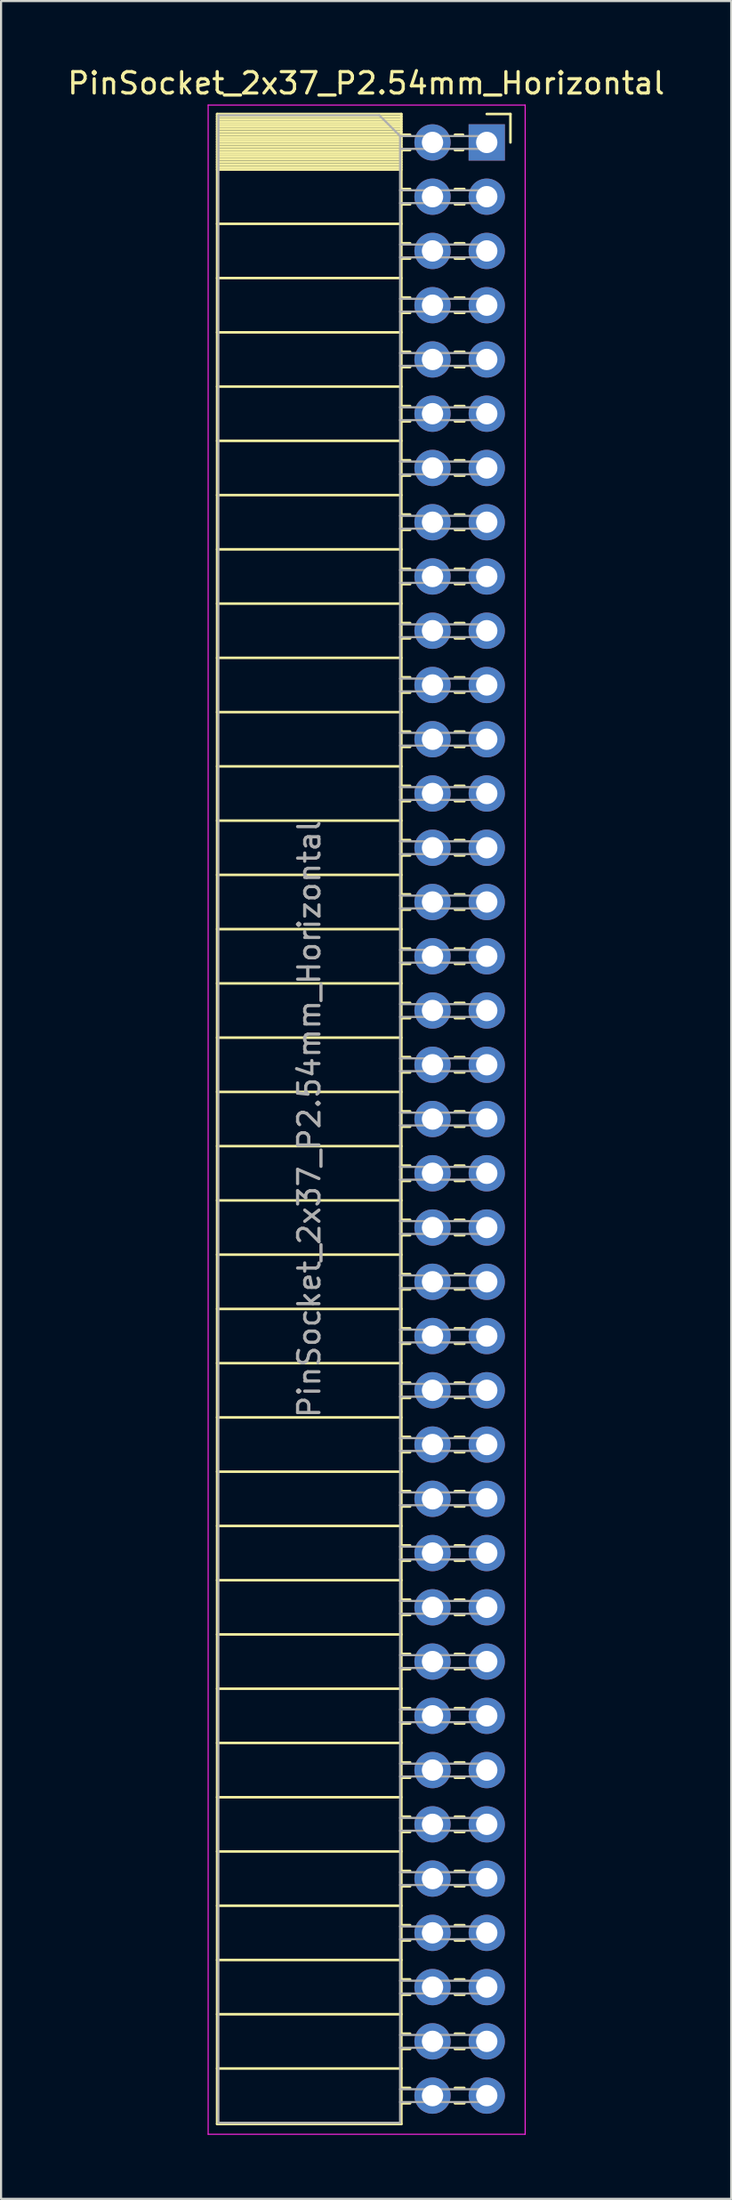
<source format=kicad_pcb>
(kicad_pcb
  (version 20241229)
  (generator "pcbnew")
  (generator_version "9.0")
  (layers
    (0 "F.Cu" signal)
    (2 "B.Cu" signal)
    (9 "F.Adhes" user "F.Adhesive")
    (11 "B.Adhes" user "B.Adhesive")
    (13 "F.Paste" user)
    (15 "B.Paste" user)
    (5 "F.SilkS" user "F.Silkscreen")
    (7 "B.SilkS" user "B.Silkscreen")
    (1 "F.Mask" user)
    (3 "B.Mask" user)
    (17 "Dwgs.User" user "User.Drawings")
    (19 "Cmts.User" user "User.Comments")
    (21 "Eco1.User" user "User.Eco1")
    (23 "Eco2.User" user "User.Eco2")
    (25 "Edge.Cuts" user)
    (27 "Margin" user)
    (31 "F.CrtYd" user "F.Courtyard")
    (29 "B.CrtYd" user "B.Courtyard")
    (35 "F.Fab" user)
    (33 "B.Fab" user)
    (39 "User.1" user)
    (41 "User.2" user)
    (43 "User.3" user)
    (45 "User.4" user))
  (footprint "PinSocket_2x37_P2.54mm_Horizontal"
    (layer "F.Cu")
    (at 19.751 3.618)
    (property "Reference" "PinSocket_2x37_P2.54mm_Horizontal" (at -5.65 -2.77 0) (layer "F.SilkS") (effects (font (size 1 1) (thickness 0.15))))
    (attr through_hole)
    (fp_line (start -12.63 -1.33) (end -12.63 92.77) (stroke (width 0.12) (type solid)) (layer "F.SilkS"))
    (fp_line (start -12.63 -1.33) (end -4 -1.33) (stroke (width 0.12) (type solid)) (layer "F.SilkS"))
    (fp_line (start -12.63 -1.21) (end -4 -1.21) (stroke (width 0.12) (type solid)) (layer "F.SilkS"))
    (fp_line (start -12.63 -1.092) (end -4 -1.092) (stroke (width 0.12) (type solid)) (layer "F.SilkS"))
    (fp_line (start -12.63 -0.974) (end -4 -0.974) (stroke (width 0.12) (type solid)) (layer "F.SilkS"))
    (fp_line (start -12.63 -0.856) (end -4 -0.856) (stroke (width 0.12) (type solid)) (layer "F.SilkS"))
    (fp_line (start -12.63 -0.738) (end -4 -0.738) (stroke (width 0.12) (type solid)) (layer "F.SilkS"))
    (fp_line (start -12.63 -0.62) (end -4 -0.62) (stroke (width 0.12) (type solid)) (layer "F.SilkS"))
    (fp_line (start -12.63 -0.501) (end -4 -0.501) (stroke (width 0.12) (type solid)) (layer "F.SilkS"))
    (fp_line (start -12.63 -0.383) (end -4 -0.383) (stroke (width 0.12) (type solid)) (layer "F.SilkS"))
    (fp_line (start -12.63 -0.265) (end -4 -0.265) (stroke (width 0.12) (type solid)) (layer "F.SilkS"))
    (fp_line (start -12.63 -0.147) (end -4 -0.147) (stroke (width 0.12) (type solid)) (layer "F.SilkS"))
    (fp_line (start -12.63 -0.029) (end -4 -0.029) (stroke (width 0.12) (type solid)) (layer "F.SilkS"))
    (fp_line (start -12.63 0.089) (end -4 0.089) (stroke (width 0.12) (type solid)) (layer "F.SilkS"))
    (fp_line (start -12.63 0.207) (end -4 0.207) (stroke (width 0.12) (type solid)) (layer "F.SilkS"))
    (fp_line (start -12.63 0.325) (end -4 0.325) (stroke (width 0.12) (type solid)) (layer "F.SilkS"))
    (fp_line (start -12.63 0.443) (end -4 0.443) (stroke (width 0.12) (type solid)) (layer "F.SilkS"))
    (fp_line (start -12.63 0.561) (end -4 0.561) (stroke (width 0.12) (type solid)) (layer "F.SilkS"))
    (fp_line (start -12.63 0.68) (end -4 0.68) (stroke (width 0.12) (type solid)) (layer "F.SilkS"))
    (fp_line (start -12.63 0.798) (end -4 0.798) (stroke (width 0.12) (type solid)) (layer "F.SilkS"))
    (fp_line (start -12.63 0.916) (end -4 0.916) (stroke (width 0.12) (type solid)) (layer "F.SilkS"))
    (fp_line (start -12.63 1.034) (end -4 1.034) (stroke (width 0.12) (type solid)) (layer "F.SilkS"))
    (fp_line (start -12.63 1.152) (end -4 1.152) (stroke (width 0.12) (type solid)) (layer "F.SilkS"))
    (fp_line (start -12.63 1.27) (end -4 1.27) (stroke (width 0.12) (type solid)) (layer "F.SilkS"))
    (fp_line (start -12.63 3.81) (end -4 3.81) (stroke (width 0.12) (type solid)) (layer "F.SilkS"))
    (fp_line (start -12.63 6.35) (end -4 6.35) (stroke (width 0.12) (type solid)) (layer "F.SilkS"))
    (fp_line (start -12.63 8.89) (end -4 8.89) (stroke (width 0.12) (type solid)) (layer "F.SilkS"))
    (fp_line (start -12.63 11.43) (end -4 11.43) (stroke (width 0.12) (type solid)) (layer "F.SilkS"))
    (fp_line (start -12.63 13.97) (end -4 13.97) (stroke (width 0.12) (type solid)) (layer "F.SilkS"))
    (fp_line (start -12.63 16.51) (end -4 16.51) (stroke (width 0.12) (type solid)) (layer "F.SilkS"))
    (fp_line (start -12.63 19.05) (end -4 19.05) (stroke (width 0.12) (type solid)) (layer "F.SilkS"))
    (fp_line (start -12.63 21.59) (end -4 21.59) (stroke (width 0.12) (type solid)) (layer "F.SilkS"))
    (fp_line (start -12.63 24.13) (end -4 24.13) (stroke (width 0.12) (type solid)) (layer "F.SilkS"))
    (fp_line (start -12.63 26.67) (end -4 26.67) (stroke (width 0.12) (type solid)) (layer "F.SilkS"))
    (fp_line (start -12.63 29.21) (end -4 29.21) (stroke (width 0.12) (type solid)) (layer "F.SilkS"))
    (fp_line (start -12.63 31.75) (end -4 31.75) (stroke (width 0.12) (type solid)) (layer "F.SilkS"))
    (fp_line (start -12.63 34.29) (end -4 34.29) (stroke (width 0.12) (type solid)) (layer "F.SilkS"))
    (fp_line (start -12.63 36.83) (end -4 36.83) (stroke (width 0.12) (type solid)) (layer "F.SilkS"))
    (fp_line (start -12.63 39.37) (end -4 39.37) (stroke (width 0.12) (type solid)) (layer "F.SilkS"))
    (fp_line (start -12.63 41.91) (end -4 41.91) (stroke (width 0.12) (type solid)) (layer "F.SilkS"))
    (fp_line (start -12.63 44.45) (end -4 44.45) (stroke (width 0.12) (type solid)) (layer "F.SilkS"))
    (fp_line (start -12.63 46.99) (end -4 46.99) (stroke (width 0.12) (type solid)) (layer "F.SilkS"))
    (fp_line (start -12.63 49.53) (end -4 49.53) (stroke (width 0.12) (type solid)) (layer "F.SilkS"))
    (fp_line (start -12.63 52.07) (end -4 52.07) (stroke (width 0.12) (type solid)) (layer "F.SilkS"))
    (fp_line (start -12.63 54.61) (end -4 54.61) (stroke (width 0.12) (type solid)) (layer "F.SilkS"))
    (fp_line (start -12.63 57.15) (end -4 57.15) (stroke (width 0.12) (type solid)) (layer "F.SilkS"))
    (fp_line (start -12.63 59.69) (end -4 59.69) (stroke (width 0.12) (type solid)) (layer "F.SilkS"))
    (fp_line (start -12.63 62.23) (end -4 62.23) (stroke (width 0.12) (type solid)) (layer "F.SilkS"))
    (fp_line (start -12.63 64.77) (end -4 64.77) (stroke (width 0.12) (type solid)) (layer "F.SilkS"))
    (fp_line (start -12.63 67.31) (end -4 67.31) (stroke (width 0.12) (type solid)) (layer "F.SilkS"))
    (fp_line (start -12.63 69.85) (end -4 69.85) (stroke (width 0.12) (type solid)) (layer "F.SilkS"))
    (fp_line (start -12.63 72.39) (end -4 72.39) (stroke (width 0.12) (type solid)) (layer "F.SilkS"))
    (fp_line (start -12.63 74.93) (end -4 74.93) (stroke (width 0.12) (type solid)) (layer "F.SilkS"))
    (fp_line (start -12.63 77.47) (end -4 77.47) (stroke (width 0.12) (type solid)) (layer "F.SilkS"))
    (fp_line (start -12.63 80.01) (end -4 80.01) (stroke (width 0.12) (type solid)) (layer "F.SilkS"))
    (fp_line (start -12.63 82.55) (end -4 82.55) (stroke (width 0.12) (type solid)) (layer "F.SilkS"))
    (fp_line (start -12.63 85.09) (end -4 85.09) (stroke (width 0.12) (type solid)) (layer "F.SilkS"))
    (fp_line (start -12.63 87.63) (end -4 87.63) (stroke (width 0.12) (type solid)) (layer "F.SilkS"))
    (fp_line (start -12.63 90.17) (end -4 90.17) (stroke (width 0.12) (type solid)) (layer "F.SilkS"))
    (fp_line (start -12.63 92.77) (end -4 92.77) (stroke (width 0.12) (type solid)) (layer "F.SilkS"))
    (fp_line (start -4 -1.33) (end -4 92.77) (stroke (width 0.12) (type solid)) (layer "F.SilkS"))
    (fp_line (start -4 -0.36) (end -3.59 -0.36) (stroke (width 0.12) (type solid)) (layer "F.SilkS"))
    (fp_line (start -4 0.36) (end -3.59 0.36) (stroke (width 0.12) (type solid)) (layer "F.SilkS"))
    (fp_line (start -4 2.18) (end -3.59 2.18) (stroke (width 0.12) (type solid)) (layer "F.SilkS"))
    (fp_line (start -4 2.9) (end -3.59 2.9) (stroke (width 0.12) (type solid)) (layer "F.SilkS"))
    (fp_line (start -4 4.72) (end -3.59 4.72) (stroke (width 0.12) (type solid)) (layer "F.SilkS"))
    (fp_line (start -4 5.44) (end -3.59 5.44) (stroke (width 0.12) (type solid)) (layer "F.SilkS"))
    (fp_line (start -4 7.26) (end -3.59 7.26) (stroke (width 0.12) (type solid)) (layer "F.SilkS"))
    (fp_line (start -4 7.98) (end -3.59 7.98) (stroke (width 0.12) (type solid)) (layer "F.SilkS"))
    (fp_line (start -4 9.8) (end -3.59 9.8) (stroke (width 0.12) (type solid)) (layer "F.SilkS"))
    (fp_line (start -4 10.52) (end -3.59 10.52) (stroke (width 0.12) (type solid)) (layer "F.SilkS"))
    (fp_line (start -4 12.34) (end -3.59 12.34) (stroke (width 0.12) (type solid)) (layer "F.SilkS"))
    (fp_line (start -4 13.06) (end -3.59 13.06) (stroke (width 0.12) (type solid)) (layer "F.SilkS"))
    (fp_line (start -4 14.88) (end -3.59 14.88) (stroke (width 0.12) (type solid)) (layer "F.SilkS"))
    (fp_line (start -4 15.6) (end -3.59 15.6) (stroke (width 0.12) (type solid)) (layer "F.SilkS"))
    (fp_line (start -4 17.42) (end -3.59 17.42) (stroke (width 0.12) (type solid)) (layer "F.SilkS"))
    (fp_line (start -4 18.14) (end -3.59 18.14) (stroke (width 0.12) (type solid)) (layer "F.SilkS"))
    (fp_line (start -4 19.96) (end -3.59 19.96) (stroke (width 0.12) (type solid)) (layer "F.SilkS"))
    (fp_line (start -4 20.68) (end -3.59 20.68) (stroke (width 0.12) (type solid)) (layer "F.SilkS"))
    (fp_line (start -4 22.5) (end -3.59 22.5) (stroke (width 0.12) (type solid)) (layer "F.SilkS"))
    (fp_line (start -4 23.22) (end -3.59 23.22) (stroke (width 0.12) (type solid)) (layer "F.SilkS"))
    (fp_line (start -4 25.04) (end -3.59 25.04) (stroke (width 0.12) (type solid)) (layer "F.SilkS"))
    (fp_line (start -4 25.76) (end -3.59 25.76) (stroke (width 0.12) (type solid)) (layer "F.SilkS"))
    (fp_line (start -4 27.58) (end -3.59 27.58) (stroke (width 0.12) (type solid)) (layer "F.SilkS"))
    (fp_line (start -4 28.3) (end -3.59 28.3) (stroke (width 0.12) (type solid)) (layer "F.SilkS"))
    (fp_line (start -4 30.12) (end -3.59 30.12) (stroke (width 0.12) (type solid)) (layer "F.SilkS"))
    (fp_line (start -4 30.84) (end -3.59 30.84) (stroke (width 0.12) (type solid)) (layer "F.SilkS"))
    (fp_line (start -4 32.66) (end -3.59 32.66) (stroke (width 0.12) (type solid)) (layer "F.SilkS"))
    (fp_line (start -4 33.38) (end -3.59 33.38) (stroke (width 0.12) (type solid)) (layer "F.SilkS"))
    (fp_line (start -4 35.2) (end -3.59 35.2) (stroke (width 0.12) (type solid)) (layer "F.SilkS"))
    (fp_line (start -4 35.92) (end -3.59 35.92) (stroke (width 0.12) (type solid)) (layer "F.SilkS"))
    (fp_line (start -4 37.74) (end -3.59 37.74) (stroke (width 0.12) (type solid)) (layer "F.SilkS"))
    (fp_line (start -4 38.46) (end -3.59 38.46) (stroke (width 0.12) (type solid)) (layer "F.SilkS"))
    (fp_line (start -4 40.28) (end -3.59 40.28) (stroke (width 0.12) (type solid)) (layer "F.SilkS"))
    (fp_line (start -4 41) (end -3.59 41) (stroke (width 0.12) (type solid)) (layer "F.SilkS"))
    (fp_line (start -4 42.82) (end -3.59 42.82) (stroke (width 0.12) (type solid)) (layer "F.SilkS"))
    (fp_line (start -4 43.54) (end -3.59 43.54) (stroke (width 0.12) (type solid)) (layer "F.SilkS"))
    (fp_line (start -4 45.36) (end -3.59 45.36) (stroke (width 0.12) (type solid)) (layer "F.SilkS"))
    (fp_line (start -4 46.08) (end -3.59 46.08) (stroke (width 0.12) (type solid)) (layer "F.SilkS"))
    (fp_line (start -4 47.9) (end -3.59 47.9) (stroke (width 0.12) (type solid)) (layer "F.SilkS"))
    (fp_line (start -4 48.62) (end -3.59 48.62) (stroke (width 0.12) (type solid)) (layer "F.SilkS"))
    (fp_line (start -4 50.44) (end -3.59 50.44) (stroke (width 0.12) (type solid)) (layer "F.SilkS"))
    (fp_line (start -4 51.16) (end -3.59 51.16) (stroke (width 0.12) (type solid)) (layer "F.SilkS"))
    (fp_line (start -4 52.98) (end -3.59 52.98) (stroke (width 0.12) (type solid)) (layer "F.SilkS"))
    (fp_line (start -4 53.7) (end -3.59 53.7) (stroke (width 0.12) (type solid)) (layer "F.SilkS"))
    (fp_line (start -4 55.52) (end -3.59 55.52) (stroke (width 0.12) (type solid)) (layer "F.SilkS"))
    (fp_line (start -4 56.24) (end -3.59 56.24) (stroke (width 0.12) (type solid)) (layer "F.SilkS"))
    (fp_line (start -4 58.06) (end -3.59 58.06) (stroke (width 0.12) (type solid)) (layer "F.SilkS"))
    (fp_line (start -4 58.78) (end -3.59 58.78) (stroke (width 0.12) (type solid)) (layer "F.SilkS"))
    (fp_line (start -4 60.6) (end -3.59 60.6) (stroke (width 0.12) (type solid)) (layer "F.SilkS"))
    (fp_line (start -4 61.32) (end -3.59 61.32) (stroke (width 0.12) (type solid)) (layer "F.SilkS"))
    (fp_line (start -4 63.14) (end -3.59 63.14) (stroke (width 0.12) (type solid)) (layer "F.SilkS"))
    (fp_line (start -4 63.86) (end -3.59 63.86) (stroke (width 0.12) (type solid)) (layer "F.SilkS"))
    (fp_line (start -4 65.68) (end -3.59 65.68) (stroke (width 0.12) (type solid)) (layer "F.SilkS"))
    (fp_line (start -4 66.4) (end -3.59 66.4) (stroke (width 0.12) (type solid)) (layer "F.SilkS"))
    (fp_line (start -4 68.22) (end -3.59 68.22) (stroke (width 0.12) (type solid)) (layer "F.SilkS"))
    (fp_line (start -4 68.94) (end -3.59 68.94) (stroke (width 0.12) (type solid)) (layer "F.SilkS"))
    (fp_line (start -4 70.76) (end -3.59 70.76) (stroke (width 0.12) (type solid)) (layer "F.SilkS"))
    (fp_line (start -4 71.48) (end -3.59 71.48) (stroke (width 0.12) (type solid)) (layer "F.SilkS"))
    (fp_line (start -4 73.3) (end -3.59 73.3) (stroke (width 0.12) (type solid)) (layer "F.SilkS"))
    (fp_line (start -4 74.02) (end -3.59 74.02) (stroke (width 0.12) (type solid)) (layer "F.SilkS"))
    (fp_line (start -4 75.84) (end -3.59 75.84) (stroke (width 0.12) (type solid)) (layer "F.SilkS"))
    (fp_line (start -4 76.56) (end -3.59 76.56) (stroke (width 0.12) (type solid)) (layer "F.SilkS"))
    (fp_line (start -4 78.38) (end -3.59 78.38) (stroke (width 0.12) (type solid)) (layer "F.SilkS"))
    (fp_line (start -4 79.1) (end -3.59 79.1) (stroke (width 0.12) (type solid)) (layer "F.SilkS"))
    (fp_line (start -4 80.92) (end -3.59 80.92) (stroke (width 0.12) (type solid)) (layer "F.SilkS"))
    (fp_line (start -4 81.64) (end -3.59 81.64) (stroke (width 0.12) (type solid)) (layer "F.SilkS"))
    (fp_line (start -4 83.46) (end -3.59 83.46) (stroke (width 0.12) (type solid)) (layer "F.SilkS"))
    (fp_line (start -4 84.18) (end -3.59 84.18) (stroke (width 0.12) (type solid)) (layer "F.SilkS"))
    (fp_line (start -4 86) (end -3.59 86) (stroke (width 0.12) (type solid)) (layer "F.SilkS"))
    (fp_line (start -4 86.72) (end -3.59 86.72) (stroke (width 0.12) (type solid)) (layer "F.SilkS"))
    (fp_line (start -4 88.54) (end -3.59 88.54) (stroke (width 0.12) (type solid)) (layer "F.SilkS"))
    (fp_line (start -4 89.26) (end -3.59 89.26) (stroke (width 0.12) (type solid)) (layer "F.SilkS"))
    (fp_line (start -4 91.08) (end -3.59 91.08) (stroke (width 0.12) (type solid)) (layer "F.SilkS"))
    (fp_line (start -4 91.8) (end -3.59 91.8) (stroke (width 0.12) (type solid)) (layer "F.SilkS"))
    (fp_line (start -1.49 -0.36) (end -1.11 -0.36) (stroke (width 0.12) (type solid)) (layer "F.SilkS"))
    (fp_line (start -1.49 0.36) (end -1.11 0.36) (stroke (width 0.12) (type solid)) (layer "F.SilkS"))
    (fp_line (start -1.49 2.18) (end -1.05 2.18) (stroke (width 0.12) (type solid)) (layer "F.SilkS"))
    (fp_line (start -1.49 2.9) (end -1.05 2.9) (stroke (width 0.12) (type solid)) (layer "F.SilkS"))
    (fp_line (start -1.49 4.72) (end -1.05 4.72) (stroke (width 0.12) (type solid)) (layer "F.SilkS"))
    (fp_line (start -1.49 5.44) (end -1.05 5.44) (stroke (width 0.12) (type solid)) (layer "F.SilkS"))
    (fp_line (start -1.49 7.26) (end -1.05 7.26) (stroke (width 0.12) (type solid)) (layer "F.SilkS"))
    (fp_line (start -1.49 7.98) (end -1.05 7.98) (stroke (width 0.12) (type solid)) (layer "F.SilkS"))
    (fp_line (start -1.49 9.8) (end -1.05 9.8) (stroke (width 0.12) (type solid)) (layer "F.SilkS"))
    (fp_line (start -1.49 10.52) (end -1.05 10.52) (stroke (width 0.12) (type solid)) (layer "F.SilkS"))
    (fp_line (start -1.49 12.34) (end -1.05 12.34) (stroke (width 0.12) (type solid)) (layer "F.SilkS"))
    (fp_line (start -1.49 13.06) (end -1.05 13.06) (stroke (width 0.12) (type solid)) (layer "F.SilkS"))
    (fp_line (start -1.49 14.88) (end -1.05 14.88) (stroke (width 0.12) (type solid)) (layer "F.SilkS"))
    (fp_line (start -1.49 15.6) (end -1.05 15.6) (stroke (width 0.12) (type solid)) (layer "F.SilkS"))
    (fp_line (start -1.49 17.42) (end -1.05 17.42) (stroke (width 0.12) (type solid)) (layer "F.SilkS"))
    (fp_line (start -1.49 18.14) (end -1.05 18.14) (stroke (width 0.12) (type solid)) (layer "F.SilkS"))
    (fp_line (start -1.49 19.96) (end -1.05 19.96) (stroke (width 0.12) (type solid)) (layer "F.SilkS"))
    (fp_line (start -1.49 20.68) (end -1.05 20.68) (stroke (width 0.12) (type solid)) (layer "F.SilkS"))
    (fp_line (start -1.49 22.5) (end -1.05 22.5) (stroke (width 0.12) (type solid)) (layer "F.SilkS"))
    (fp_line (start -1.49 23.22) (end -1.05 23.22) (stroke (width 0.12) (type solid)) (layer "F.SilkS"))
    (fp_line (start -1.49 25.04) (end -1.05 25.04) (stroke (width 0.12) (type solid)) (layer "F.SilkS"))
    (fp_line (start -1.49 25.76) (end -1.05 25.76) (stroke (width 0.12) (type solid)) (layer "F.SilkS"))
    (fp_line (start -1.49 27.58) (end -1.05 27.58) (stroke (width 0.12) (type solid)) (layer "F.SilkS"))
    (fp_line (start -1.49 28.3) (end -1.05 28.3) (stroke (width 0.12) (type solid)) (layer "F.SilkS"))
    (fp_line (start -1.49 30.12) (end -1.05 30.12) (stroke (width 0.12) (type solid)) (layer "F.SilkS"))
    (fp_line (start -1.49 30.84) (end -1.05 30.84) (stroke (width 0.12) (type solid)) (layer "F.SilkS"))
    (fp_line (start -1.49 32.66) (end -1.05 32.66) (stroke (width 0.12) (type solid)) (layer "F.SilkS"))
    (fp_line (start -1.49 33.38) (end -1.05 33.38) (stroke (width 0.12) (type solid)) (layer "F.SilkS"))
    (fp_line (start -1.49 35.2) (end -1.05 35.2) (stroke (width 0.12) (type solid)) (layer "F.SilkS"))
    (fp_line (start -1.49 35.92) (end -1.05 35.92) (stroke (width 0.12) (type solid)) (layer "F.SilkS"))
    (fp_line (start -1.49 37.74) (end -1.05 37.74) (stroke (width 0.12) (type solid)) (layer "F.SilkS"))
    (fp_line (start -1.49 38.46) (end -1.05 38.46) (stroke (width 0.12) (type solid)) (layer "F.SilkS"))
    (fp_line (start -1.49 40.28) (end -1.05 40.28) (stroke (width 0.12) (type solid)) (layer "F.SilkS"))
    (fp_line (start -1.49 41) (end -1.05 41) (stroke (width 0.12) (type solid)) (layer "F.SilkS"))
    (fp_line (start -1.49 42.82) (end -1.05 42.82) (stroke (width 0.12) (type solid)) (layer "F.SilkS"))
    (fp_line (start -1.49 43.54) (end -1.05 43.54) (stroke (width 0.12) (type solid)) (layer "F.SilkS"))
    (fp_line (start -1.49 45.36) (end -1.05 45.36) (stroke (width 0.12) (type solid)) (layer "F.SilkS"))
    (fp_line (start -1.49 46.08) (end -1.05 46.08) (stroke (width 0.12) (type solid)) (layer "F.SilkS"))
    (fp_line (start -1.49 47.9) (end -1.05 47.9) (stroke (width 0.12) (type solid)) (layer "F.SilkS"))
    (fp_line (start -1.49 48.62) (end -1.05 48.62) (stroke (width 0.12) (type solid)) (layer "F.SilkS"))
    (fp_line (start -1.49 50.44) (end -1.05 50.44) (stroke (width 0.12) (type solid)) (layer "F.SilkS"))
    (fp_line (start -1.49 51.16) (end -1.05 51.16) (stroke (width 0.12) (type solid)) (layer "F.SilkS"))
    (fp_line (start -1.49 52.98) (end -1.05 52.98) (stroke (width 0.12) (type solid)) (layer "F.SilkS"))
    (fp_line (start -1.49 53.7) (end -1.05 53.7) (stroke (width 0.12) (type solid)) (layer "F.SilkS"))
    (fp_line (start -1.49 55.52) (end -1.05 55.52) (stroke (width 0.12) (type solid)) (layer "F.SilkS"))
    (fp_line (start -1.49 56.24) (end -1.05 56.24) (stroke (width 0.12) (type solid)) (layer "F.SilkS"))
    (fp_line (start -1.49 58.06) (end -1.05 58.06) (stroke (width 0.12) (type solid)) (layer "F.SilkS"))
    (fp_line (start -1.49 58.78) (end -1.05 58.78) (stroke (width 0.12) (type solid)) (layer "F.SilkS"))
    (fp_line (start -1.49 60.6) (end -1.05 60.6) (stroke (width 0.12) (type solid)) (layer "F.SilkS"))
    (fp_line (start -1.49 61.32) (end -1.05 61.32) (stroke (width 0.12) (type solid)) (layer "F.SilkS"))
    (fp_line (start -1.49 63.14) (end -1.05 63.14) (stroke (width 0.12) (type solid)) (layer "F.SilkS"))
    (fp_line (start -1.49 63.86) (end -1.05 63.86) (stroke (width 0.12) (type solid)) (layer "F.SilkS"))
    (fp_line (start -1.49 65.68) (end -1.05 65.68) (stroke (width 0.12) (type solid)) (layer "F.SilkS"))
    (fp_line (start -1.49 66.4) (end -1.05 66.4) (stroke (width 0.12) (type solid)) (layer "F.SilkS"))
    (fp_line (start -1.49 68.22) (end -1.05 68.22) (stroke (width 0.12) (type solid)) (layer "F.SilkS"))
    (fp_line (start -1.49 68.94) (end -1.05 68.94) (stroke (width 0.12) (type solid)) (layer "F.SilkS"))
    (fp_line (start -1.49 70.76) (end -1.05 70.76) (stroke (width 0.12) (type solid)) (layer "F.SilkS"))
    (fp_line (start -1.49 71.48) (end -1.05 71.48) (stroke (width 0.12) (type solid)) (layer "F.SilkS"))
    (fp_line (start -1.49 73.3) (end -1.05 73.3) (stroke (width 0.12) (type solid)) (layer "F.SilkS"))
    (fp_line (start -1.49 74.02) (end -1.05 74.02) (stroke (width 0.12) (type solid)) (layer "F.SilkS"))
    (fp_line (start -1.49 75.84) (end -1.05 75.84) (stroke (width 0.12) (type solid)) (layer "F.SilkS"))
    (fp_line (start -1.49 76.56) (end -1.05 76.56) (stroke (width 0.12) (type solid)) (layer "F.SilkS"))
    (fp_line (start -1.49 78.38) (end -1.05 78.38) (stroke (width 0.12) (type solid)) (layer "F.SilkS"))
    (fp_line (start -1.49 79.1) (end -1.05 79.1) (stroke (width 0.12) (type solid)) (layer "F.SilkS"))
    (fp_line (start -1.49 80.92) (end -1.05 80.92) (stroke (width 0.12) (type solid)) (layer "F.SilkS"))
    (fp_line (start -1.49 81.64) (end -1.05 81.64) (stroke (width 0.12) (type solid)) (layer "F.SilkS"))
    (fp_line (start -1.49 83.46) (end -1.05 83.46) (stroke (width 0.12) (type solid)) (layer "F.SilkS"))
    (fp_line (start -1.49 84.18) (end -1.05 84.18) (stroke (width 0.12) (type solid)) (layer "F.SilkS"))
    (fp_line (start -1.49 86) (end -1.05 86) (stroke (width 0.12) (type solid)) (layer "F.SilkS"))
    (fp_line (start -1.49 86.72) (end -1.05 86.72) (stroke (width 0.12) (type solid)) (layer "F.SilkS"))
    (fp_line (start -1.49 88.54) (end -1.05 88.54) (stroke (width 0.12) (type solid)) (layer "F.SilkS"))
    (fp_line (start -1.49 89.26) (end -1.05 89.26) (stroke (width 0.12) (type solid)) (layer "F.SilkS"))
    (fp_line (start -1.49 91.08) (end -1.05 91.08) (stroke (width 0.12) (type solid)) (layer "F.SilkS"))
    (fp_line (start -1.49 91.8) (end -1.05 91.8) (stroke (width 0.12) (type solid)) (layer "F.SilkS"))
    (fp_line (start 0 -1.33) (end 1.11 -1.33) (stroke (width 0.12) (type solid)) (layer "F.SilkS"))
    (fp_line (start 1.11 -1.33) (end 1.11 0) (stroke (width 0.12) (type solid)) (layer "F.SilkS"))
    (fp_line (start -13.05 -1.75) (end -13.05 93.25) (stroke (width 0.05) (type solid)) (layer "F.CrtYd"))
    (fp_line (start -13.05 93.25) (end 1.8 93.25) (stroke (width 0.05) (type solid)) (layer "F.CrtYd"))
    (fp_line (start 1.8 -1.75) (end -13.05 -1.75) (stroke (width 0.05) (type solid)) (layer "F.CrtYd"))
    (fp_line (start 1.8 93.25) (end 1.8 -1.75) (stroke (width 0.05) (type solid)) (layer "F.CrtYd"))
    (fp_line (start -12.57 -1.27) (end -5.03 -1.27) (stroke (width 0.1) (type solid)) (layer "F.Fab"))
    (fp_line (start -12.57 92.71) (end -12.57 -1.27) (stroke (width 0.1) (type solid)) (layer "F.Fab"))
    (fp_line (start -5.03 -1.27) (end -4.06 -0.3) (stroke (width 0.1) (type solid)) (layer "F.Fab"))
    (fp_line (start -4.06 -0.3) (end -4.06 92.71) (stroke (width 0.1) (type solid)) (layer "F.Fab"))
    (fp_line (start -4.06 0.3) (end 0 0.3) (stroke (width 0.1) (type solid)) (layer "F.Fab"))
    (fp_line (start -4.06 2.84) (end 0 2.84) (stroke (width 0.1) (type solid)) (layer "F.Fab"))
    (fp_line (start -4.06 5.38) (end 0 5.38) (stroke (width 0.1) (type solid)) (layer "F.Fab"))
    (fp_line (start -4.06 7.92) (end 0 7.92) (stroke (width 0.1) (type solid)) (layer "F.Fab"))
    (fp_line (start -4.06 10.46) (end 0 10.46) (stroke (width 0.1) (type solid)) (layer "F.Fab"))
    (fp_line (start -4.06 13) (end 0 13) (stroke (width 0.1) (type solid)) (layer "F.Fab"))
    (fp_line (start -4.06 15.54) (end 0 15.54) (stroke (width 0.1) (type solid)) (layer "F.Fab"))
    (fp_line (start -4.06 18.08) (end 0 18.08) (stroke (width 0.1) (type solid)) (layer "F.Fab"))
    (fp_line (start -4.06 20.62) (end 0 20.62) (stroke (width 0.1) (type solid)) (layer "F.Fab"))
    (fp_line (start -4.06 23.16) (end 0 23.16) (stroke (width 0.1) (type solid)) (layer "F.Fab"))
    (fp_line (start -4.06 25.7) (end 0 25.7) (stroke (width 0.1) (type solid)) (layer "F.Fab"))
    (fp_line (start -4.06 28.24) (end 0 28.24) (stroke (width 0.1) (type solid)) (layer "F.Fab"))
    (fp_line (start -4.06 30.78) (end 0 30.78) (stroke (width 0.1) (type solid)) (layer "F.Fab"))
    (fp_line (start -4.06 33.32) (end 0 33.32) (stroke (width 0.1) (type solid)) (layer "F.Fab"))
    (fp_line (start -4.06 35.86) (end 0 35.86) (stroke (width 0.1) (type solid)) (layer "F.Fab"))
    (fp_line (start -4.06 38.4) (end 0 38.4) (stroke (width 0.1) (type solid)) (layer "F.Fab"))
    (fp_line (start -4.06 40.94) (end 0 40.94) (stroke (width 0.1) (type solid)) (layer "F.Fab"))
    (fp_line (start -4.06 43.48) (end 0 43.48) (stroke (width 0.1) (type solid)) (layer "F.Fab"))
    (fp_line (start -4.06 46.02) (end 0 46.02) (stroke (width 0.1) (type solid)) (layer "F.Fab"))
    (fp_line (start -4.06 48.56) (end 0 48.56) (stroke (width 0.1) (type solid)) (layer "F.Fab"))
    (fp_line (start -4.06 51.1) (end 0 51.1) (stroke (width 0.1) (type solid)) (layer "F.Fab"))
    (fp_line (start -4.06 53.64) (end 0 53.64) (stroke (width 0.1) (type solid)) (layer "F.Fab"))
    (fp_line (start -4.06 56.18) (end 0 56.18) (stroke (width 0.1) (type solid)) (layer "F.Fab"))
    (fp_line (start -4.06 58.72) (end 0 58.72) (stroke (width 0.1) (type solid)) (layer "F.Fab"))
    (fp_line (start -4.06 61.26) (end 0 61.26) (stroke (width 0.1) (type solid)) (layer "F.Fab"))
    (fp_line (start -4.06 63.8) (end 0 63.8) (stroke (width 0.1) (type solid)) (layer "F.Fab"))
    (fp_line (start -4.06 66.34) (end 0 66.34) (stroke (width 0.1) (type solid)) (layer "F.Fab"))
    (fp_line (start -4.06 68.88) (end 0 68.88) (stroke (width 0.1) (type solid)) (layer "F.Fab"))
    (fp_line (start -4.06 71.42) (end 0 71.42) (stroke (width 0.1) (type solid)) (layer "F.Fab"))
    (fp_line (start -4.06 73.96) (end 0 73.96) (stroke (width 0.1) (type solid)) (layer "F.Fab"))
    (fp_line (start -4.06 76.5) (end 0 76.5) (stroke (width 0.1) (type solid)) (layer "F.Fab"))
    (fp_line (start -4.06 79.04) (end 0 79.04) (stroke (width 0.1) (type solid)) (layer "F.Fab"))
    (fp_line (start -4.06 81.58) (end 0 81.58) (stroke (width 0.1) (type solid)) (layer "F.Fab"))
    (fp_line (start -4.06 84.12) (end 0 84.12) (stroke (width 0.1) (type solid)) (layer "F.Fab"))
    (fp_line (start -4.06 86.66) (end 0 86.66) (stroke (width 0.1) (type solid)) (layer "F.Fab"))
    (fp_line (start -4.06 89.2) (end 0 89.2) (stroke (width 0.1) (type solid)) (layer "F.Fab"))
    (fp_line (start -4.06 91.74) (end 0 91.74) (stroke (width 0.1) (type solid)) (layer "F.Fab"))
    (fp_line (start -4.06 92.71) (end -12.57 92.71) (stroke (width 0.1) (type solid)) (layer "F.Fab"))
    (fp_line (start 0 -0.3) (end -4.06 -0.3) (stroke (width 0.1) (type solid)) (layer "F.Fab"))
    (fp_line (start 0 0.3) (end 0 -0.3) (stroke (width 0.1) (type solid)) (layer "F.Fab"))
    (fp_line (start 0 2.24) (end -4.06 2.24) (stroke (width 0.1) (type solid)) (layer "F.Fab"))
    (fp_line (start 0 2.84) (end 0 2.24) (stroke (width 0.1) (type solid)) (layer "F.Fab"))
    (fp_line (start 0 4.78) (end -4.06 4.78) (stroke (width 0.1) (type solid)) (layer "F.Fab"))
    (fp_line (start 0 5.38) (end 0 4.78) (stroke (width 0.1) (type solid)) (layer "F.Fab"))
    (fp_line (start 0 7.32) (end -4.06 7.32) (stroke (width 0.1) (type solid)) (layer "F.Fab"))
    (fp_line (start 0 7.92) (end 0 7.32) (stroke (width 0.1) (type solid)) (layer "F.Fab"))
    (fp_line (start 0 9.86) (end -4.06 9.86) (stroke (width 0.1) (type solid)) (layer "F.Fab"))
    (fp_line (start 0 10.46) (end 0 9.86) (stroke (width 0.1) (type solid)) (layer "F.Fab"))
    (fp_line (start 0 12.4) (end -4.06 12.4) (stroke (width 0.1) (type solid)) (layer "F.Fab"))
    (fp_line (start 0 13) (end 0 12.4) (stroke (width 0.1) (type solid)) (layer "F.Fab"))
    (fp_line (start 0 14.94) (end -4.06 14.94) (stroke (width 0.1) (type solid)) (layer "F.Fab"))
    (fp_line (start 0 15.54) (end 0 14.94) (stroke (width 0.1) (type solid)) (layer "F.Fab"))
    (fp_line (start 0 17.48) (end -4.06 17.48) (stroke (width 0.1) (type solid)) (layer "F.Fab"))
    (fp_line (start 0 18.08) (end 0 17.48) (stroke (width 0.1) (type solid)) (layer "F.Fab"))
    (fp_line (start 0 20.02) (end -4.06 20.02) (stroke (width 0.1) (type solid)) (layer "F.Fab"))
    (fp_line (start 0 20.62) (end 0 20.02) (stroke (width 0.1) (type solid)) (layer "F.Fab"))
    (fp_line (start 0 22.56) (end -4.06 22.56) (stroke (width 0.1) (type solid)) (layer "F.Fab"))
    (fp_line (start 0 23.16) (end 0 22.56) (stroke (width 0.1) (type solid)) (layer "F.Fab"))
    (fp_line (start 0 25.1) (end -4.06 25.1) (stroke (width 0.1) (type solid)) (layer "F.Fab"))
    (fp_line (start 0 25.7) (end 0 25.1) (stroke (width 0.1) (type solid)) (layer "F.Fab"))
    (fp_line (start 0 27.64) (end -4.06 27.64) (stroke (width 0.1) (type solid)) (layer "F.Fab"))
    (fp_line (start 0 28.24) (end 0 27.64) (stroke (width 0.1) (type solid)) (layer "F.Fab"))
    (fp_line (start 0 30.18) (end -4.06 30.18) (stroke (width 0.1) (type solid)) (layer "F.Fab"))
    (fp_line (start 0 30.78) (end 0 30.18) (stroke (width 0.1) (type solid)) (layer "F.Fab"))
    (fp_line (start 0 32.72) (end -4.06 32.72) (stroke (width 0.1) (type solid)) (layer "F.Fab"))
    (fp_line (start 0 33.32) (end 0 32.72) (stroke (width 0.1) (type solid)) (layer "F.Fab"))
    (fp_line (start 0 35.26) (end -4.06 35.26) (stroke (width 0.1) (type solid)) (layer "F.Fab"))
    (fp_line (start 0 35.86) (end 0 35.26) (stroke (width 0.1) (type solid)) (layer "F.Fab"))
    (fp_line (start 0 37.8) (end -4.06 37.8) (stroke (width 0.1) (type solid)) (layer "F.Fab"))
    (fp_line (start 0 38.4) (end 0 37.8) (stroke (width 0.1) (type solid)) (layer "F.Fab"))
    (fp_line (start 0 40.34) (end -4.06 40.34) (stroke (width 0.1) (type solid)) (layer "F.Fab"))
    (fp_line (start 0 40.94) (end 0 40.34) (stroke (width 0.1) (type solid)) (layer "F.Fab"))
    (fp_line (start 0 42.88) (end -4.06 42.88) (stroke (width 0.1) (type solid)) (layer "F.Fab"))
    (fp_line (start 0 43.48) (end 0 42.88) (stroke (width 0.1) (type solid)) (layer "F.Fab"))
    (fp_line (start 0 45.42) (end -4.06 45.42) (stroke (width 0.1) (type solid)) (layer "F.Fab"))
    (fp_line (start 0 46.02) (end 0 45.42) (stroke (width 0.1) (type solid)) (layer "F.Fab"))
    (fp_line (start 0 47.96) (end -4.06 47.96) (stroke (width 0.1) (type solid)) (layer "F.Fab"))
    (fp_line (start 0 48.56) (end 0 47.96) (stroke (width 0.1) (type solid)) (layer "F.Fab"))
    (fp_line (start 0 50.5) (end -4.06 50.5) (stroke (width 0.1) (type solid)) (layer "F.Fab"))
    (fp_line (start 0 51.1) (end 0 50.5) (stroke (width 0.1) (type solid)) (layer "F.Fab"))
    (fp_line (start 0 53.04) (end -4.06 53.04) (stroke (width 0.1) (type solid)) (layer "F.Fab"))
    (fp_line (start 0 53.64) (end 0 53.04) (stroke (width 0.1) (type solid)) (layer "F.Fab"))
    (fp_line (start 0 55.58) (end -4.06 55.58) (stroke (width 0.1) (type solid)) (layer "F.Fab"))
    (fp_line (start 0 56.18) (end 0 55.58) (stroke (width 0.1) (type solid)) (layer "F.Fab"))
    (fp_line (start 0 58.12) (end -4.06 58.12) (stroke (width 0.1) (type solid)) (layer "F.Fab"))
    (fp_line (start 0 58.72) (end 0 58.12) (stroke (width 0.1) (type solid)) (layer "F.Fab"))
    (fp_line (start 0 60.66) (end -4.06 60.66) (stroke (width 0.1) (type solid)) (layer "F.Fab"))
    (fp_line (start 0 61.26) (end 0 60.66) (stroke (width 0.1) (type solid)) (layer "F.Fab"))
    (fp_line (start 0 63.2) (end -4.06 63.2) (stroke (width 0.1) (type solid)) (layer "F.Fab"))
    (fp_line (start 0 63.8) (end 0 63.2) (stroke (width 0.1) (type solid)) (layer "F.Fab"))
    (fp_line (start 0 65.74) (end -4.06 65.74) (stroke (width 0.1) (type solid)) (layer "F.Fab"))
    (fp_line (start 0 66.34) (end 0 65.74) (stroke (width 0.1) (type solid)) (layer "F.Fab"))
    (fp_line (start 0 68.28) (end -4.06 68.28) (stroke (width 0.1) (type solid)) (layer "F.Fab"))
    (fp_line (start 0 68.88) (end 0 68.28) (stroke (width 0.1) (type solid)) (layer "F.Fab"))
    (fp_line (start 0 70.82) (end -4.06 70.82) (stroke (width 0.1) (type solid)) (layer "F.Fab"))
    (fp_line (start 0 71.42) (end 0 70.82) (stroke (width 0.1) (type solid)) (layer "F.Fab"))
    (fp_line (start 0 73.36) (end -4.06 73.36) (stroke (width 0.1) (type solid)) (layer "F.Fab"))
    (fp_line (start 0 73.96) (end 0 73.36) (stroke (width 0.1) (type solid)) (layer "F.Fab"))
    (fp_line (start 0 75.9) (end -4.06 75.9) (stroke (width 0.1) (type solid)) (layer "F.Fab"))
    (fp_line (start 0 76.5) (end 0 75.9) (stroke (width 0.1) (type solid)) (layer "F.Fab"))
    (fp_line (start 0 78.44) (end -4.06 78.44) (stroke (width 0.1) (type solid)) (layer "F.Fab"))
    (fp_line (start 0 79.04) (end 0 78.44) (stroke (width 0.1) (type solid)) (layer "F.Fab"))
    (fp_line (start 0 80.98) (end -4.06 80.98) (stroke (width 0.1) (type solid)) (layer "F.Fab"))
    (fp_line (start 0 81.58) (end 0 80.98) (stroke (width 0.1) (type solid)) (layer "F.Fab"))
    (fp_line (start 0 83.52) (end -4.06 83.52) (stroke (width 0.1) (type solid)) (layer "F.Fab"))
    (fp_line (start 0 84.12) (end 0 83.52) (stroke (width 0.1) (type solid)) (layer "F.Fab"))
    (fp_line (start 0 86.06) (end -4.06 86.06) (stroke (width 0.1) (type solid)) (layer "F.Fab"))
    (fp_line (start 0 86.66) (end 0 86.06) (stroke (width 0.1) (type solid)) (layer "F.Fab"))
    (fp_line (start 0 88.6) (end -4.06 88.6) (stroke (width 0.1) (type solid)) (layer "F.Fab"))
    (fp_line (start 0 89.2) (end 0 88.6) (stroke (width 0.1) (type solid)) (layer "F.Fab"))
    (fp_line (start 0 91.14) (end -4.06 91.14) (stroke (width 0.1) (type solid)) (layer "F.Fab"))
    (fp_line (start 0 91.74) (end 0 91.14) (stroke (width 0.1) (type solid)) (layer "F.Fab"))
    (fp_text user "${REFERENCE}" (at -8.315 45.72 90) (layer "F.Fab") (effects (font (size 1 1) (thickness 0.15))))
    (pad "1" thru_hole rect (at 0 0) (size 1.7 1.7) (drill 1) (layers "*.Cu" "*.Mask"))
    (pad "2" thru_hole oval (at -2.54 0) (size 1.7 1.7) (drill 1) (layers "*.Cu" "*.Mask"))
    (pad "3" thru_hole oval (at 0 2.54) (size 1.7 1.7) (drill 1) (layers "*.Cu" "*.Mask"))
    (pad "4" thru_hole oval (at -2.54 2.54) (size 1.7 1.7) (drill 1) (layers "*.Cu" "*.Mask"))
    (pad "5" thru_hole oval (at 0 5.08) (size 1.7 1.7) (drill 1) (layers "*.Cu" "*.Mask"))
    (pad "6" thru_hole oval (at -2.54 5.08) (size 1.7 1.7) (drill 1) (layers "*.Cu" "*.Mask"))
    (pad "7" thru_hole oval (at 0 7.62) (size 1.7 1.7) (drill 1) (layers "*.Cu" "*.Mask"))
    (pad "8" thru_hole oval (at -2.54 7.62) (size 1.7 1.7) (drill 1) (layers "*.Cu" "*.Mask"))
    (pad "9" thru_hole oval (at 0 10.16) (size 1.7 1.7) (drill 1) (layers "*.Cu" "*.Mask"))
    (pad "10" thru_hole oval (at -2.54 10.16) (size 1.7 1.7) (drill 1) (layers "*.Cu" "*.Mask"))
    (pad "11" thru_hole oval (at 0 12.7) (size 1.7 1.7) (drill 1) (layers "*.Cu" "*.Mask"))
    (pad "12" thru_hole oval (at -2.54 12.7) (size 1.7 1.7) (drill 1) (layers "*.Cu" "*.Mask"))
    (pad "13" thru_hole oval (at 0 15.24) (size 1.7 1.7) (drill 1) (layers "*.Cu" "*.Mask"))
    (pad "14" thru_hole oval (at -2.54 15.24) (size 1.7 1.7) (drill 1) (layers "*.Cu" "*.Mask"))
    (pad "15" thru_hole oval (at 0 17.78) (size 1.7 1.7) (drill 1) (layers "*.Cu" "*.Mask"))
    (pad "16" thru_hole oval (at -2.54 17.78) (size 1.7 1.7) (drill 1) (layers "*.Cu" "*.Mask"))
    (pad "17" thru_hole oval (at 0 20.32) (size 1.7 1.7) (drill 1) (layers "*.Cu" "*.Mask"))
    (pad "18" thru_hole oval (at -2.54 20.32) (size 1.7 1.7) (drill 1) (layers "*.Cu" "*.Mask"))
    (pad "19" thru_hole oval (at 0 22.86) (size 1.7 1.7) (drill 1) (layers "*.Cu" "*.Mask"))
    (pad "20" thru_hole oval (at -2.54 22.86) (size 1.7 1.7) (drill 1) (layers "*.Cu" "*.Mask"))
    (pad "21" thru_hole oval (at 0 25.4) (size 1.7 1.7) (drill 1) (layers "*.Cu" "*.Mask"))
    (pad "22" thru_hole oval (at -2.54 25.4) (size 1.7 1.7) (drill 1) (layers "*.Cu" "*.Mask"))
    (pad "23" thru_hole oval (at 0 27.94) (size 1.7 1.7) (drill 1) (layers "*.Cu" "*.Mask"))
    (pad "24" thru_hole oval (at -2.54 27.94) (size 1.7 1.7) (drill 1) (layers "*.Cu" "*.Mask"))
    (pad "25" thru_hole oval (at 0 30.48) (size 1.7 1.7) (drill 1) (layers "*.Cu" "*.Mask"))
    (pad "26" thru_hole oval (at -2.54 30.48) (size 1.7 1.7) (drill 1) (layers "*.Cu" "*.Mask"))
    (pad "27" thru_hole oval (at 0 33.02) (size 1.7 1.7) (drill 1) (layers "*.Cu" "*.Mask"))
    (pad "28" thru_hole oval (at -2.54 33.02) (size 1.7 1.7) (drill 1) (layers "*.Cu" "*.Mask"))
    (pad "29" thru_hole oval (at 0 35.56) (size 1.7 1.7) (drill 1) (layers "*.Cu" "*.Mask"))
    (pad "30" thru_hole oval (at -2.54 35.56) (size 1.7 1.7) (drill 1) (layers "*.Cu" "*.Mask"))
    (pad "31" thru_hole oval (at 0 38.1) (size 1.7 1.7) (drill 1) (layers "*.Cu" "*.Mask"))
    (pad "32" thru_hole oval (at -2.54 38.1) (size 1.7 1.7) (drill 1) (layers "*.Cu" "*.Mask"))
    (pad "33" thru_hole oval (at 0 40.64) (size 1.7 1.7) (drill 1) (layers "*.Cu" "*.Mask"))
    (pad "34" thru_hole oval (at -2.54 40.64) (size 1.7 1.7) (drill 1) (layers "*.Cu" "*.Mask"))
    (pad "35" thru_hole oval (at 0 43.18) (size 1.7 1.7) (drill 1) (layers "*.Cu" "*.Mask"))
    (pad "36" thru_hole oval (at -2.54 43.18) (size 1.7 1.7) (drill 1) (layers "*.Cu" "*.Mask"))
    (pad "37" thru_hole oval (at 0 45.72) (size 1.7 1.7) (drill 1) (layers "*.Cu" "*.Mask"))
    (pad "38" thru_hole oval (at -2.54 45.72) (size 1.7 1.7) (drill 1) (layers "*.Cu" "*.Mask"))
    (pad "39" thru_hole oval (at 0 48.26) (size 1.7 1.7) (drill 1) (layers "*.Cu" "*.Mask"))
    (pad "40" thru_hole oval (at -2.54 48.26) (size 1.7 1.7) (drill 1) (layers "*.Cu" "*.Mask"))
    (pad "41" thru_hole oval (at 0 50.8) (size 1.7 1.7) (drill 1) (layers "*.Cu" "*.Mask"))
    (pad "42" thru_hole oval (at -2.54 50.8) (size 1.7 1.7) (drill 1) (layers "*.Cu" "*.Mask"))
    (pad "43" thru_hole oval (at 0 53.34) (size 1.7 1.7) (drill 1) (layers "*.Cu" "*.Mask"))
    (pad "44" thru_hole oval (at -2.54 53.34) (size 1.7 1.7) (drill 1) (layers "*.Cu" "*.Mask"))
    (pad "45" thru_hole oval (at 0 55.88) (size 1.7 1.7) (drill 1) (layers "*.Cu" "*.Mask"))
    (pad "46" thru_hole oval (at -2.54 55.88) (size 1.7 1.7) (drill 1) (layers "*.Cu" "*.Mask"))
    (pad "47" thru_hole oval (at 0 58.42) (size 1.7 1.7) (drill 1) (layers "*.Cu" "*.Mask"))
    (pad "48" thru_hole oval (at -2.54 58.42) (size 1.7 1.7) (drill 1) (layers "*.Cu" "*.Mask"))
    (pad "49" thru_hole oval (at 0 60.96) (size 1.7 1.7) (drill 1) (layers "*.Cu" "*.Mask"))
    (pad "50" thru_hole oval (at -2.54 60.96) (size 1.7 1.7) (drill 1) (layers "*.Cu" "*.Mask"))
    (pad "51" thru_hole oval (at 0 63.5) (size 1.7 1.7) (drill 1) (layers "*.Cu" "*.Mask"))
    (pad "52" thru_hole oval (at -2.54 63.5) (size 1.7 1.7) (drill 1) (layers "*.Cu" "*.Mask"))
    (pad "53" thru_hole oval (at 0 66.04) (size 1.7 1.7) (drill 1) (layers "*.Cu" "*.Mask"))
    (pad "54" thru_hole oval (at -2.54 66.04) (size 1.7 1.7) (drill 1) (layers "*.Cu" "*.Mask"))
    (pad "55" thru_hole oval (at 0 68.58) (size 1.7 1.7) (drill 1) (layers "*.Cu" "*.Mask"))
    (pad "56" thru_hole oval (at -2.54 68.58) (size 1.7 1.7) (drill 1) (layers "*.Cu" "*.Mask"))
    (pad "57" thru_hole oval (at 0 71.12) (size 1.7 1.7) (drill 1) (layers "*.Cu" "*.Mask"))
    (pad "58" thru_hole oval (at -2.54 71.12) (size 1.7 1.7) (drill 1) (layers "*.Cu" "*.Mask"))
    (pad "59" thru_hole oval (at 0 73.66) (size 1.7 1.7) (drill 1) (layers "*.Cu" "*.Mask"))
    (pad "60" thru_hole oval (at -2.54 73.66) (size 1.7 1.7) (drill 1) (layers "*.Cu" "*.Mask"))
    (pad "61" thru_hole oval (at 0 76.2) (size 1.7 1.7) (drill 1) (layers "*.Cu" "*.Mask"))
    (pad "62" thru_hole oval (at -2.54 76.2) (size 1.7 1.7) (drill 1) (layers "*.Cu" "*.Mask"))
    (pad "63" thru_hole oval (at 0 78.74) (size 1.7 1.7) (drill 1) (layers "*.Cu" "*.Mask"))
    (pad "64" thru_hole oval (at -2.54 78.74) (size 1.7 1.7) (drill 1) (layers "*.Cu" "*.Mask"))
    (pad "65" thru_hole oval (at 0 81.28) (size 1.7 1.7) (drill 1) (layers "*.Cu" "*.Mask"))
    (pad "66" thru_hole oval (at -2.54 81.28) (size 1.7 1.7) (drill 1) (layers "*.Cu" "*.Mask"))
    (pad "67" thru_hole oval (at 0 83.82) (size 1.7 1.7) (drill 1) (layers "*.Cu" "*.Mask"))
    (pad "68" thru_hole oval (at -2.54 83.82) (size 1.7 1.7) (drill 1) (layers "*.Cu" "*.Mask"))
    (pad "69" thru_hole oval (at 0 86.36) (size 1.7 1.7) (drill 1) (layers "*.Cu" "*.Mask"))
    (pad "70" thru_hole oval (at -2.54 86.36) (size 1.7 1.7) (drill 1) (layers "*.Cu" "*.Mask"))
    (pad "71" thru_hole oval (at 0 88.9) (size 1.7 1.7) (drill 1) (layers "*.Cu" "*.Mask"))
    (pad "72" thru_hole oval (at -2.54 88.9) (size 1.7 1.7) (drill 1) (layers "*.Cu" "*.Mask"))
    (pad "73" thru_hole oval (at 0 91.44) (size 1.7 1.7) (drill 1) (layers "*.Cu" "*.Mask"))
    (pad "74" thru_hole oval (at -2.54 91.44) (size 1.7 1.7) (drill 1) (layers "*.Cu" "*.Mask")))
  (gr_rect
    (start -3 -3)
    (end 31.202 99.893)
    (stroke (width 0.1) (type default))
    (fill no)
    (layer "Edge.Cuts")))
</source>
